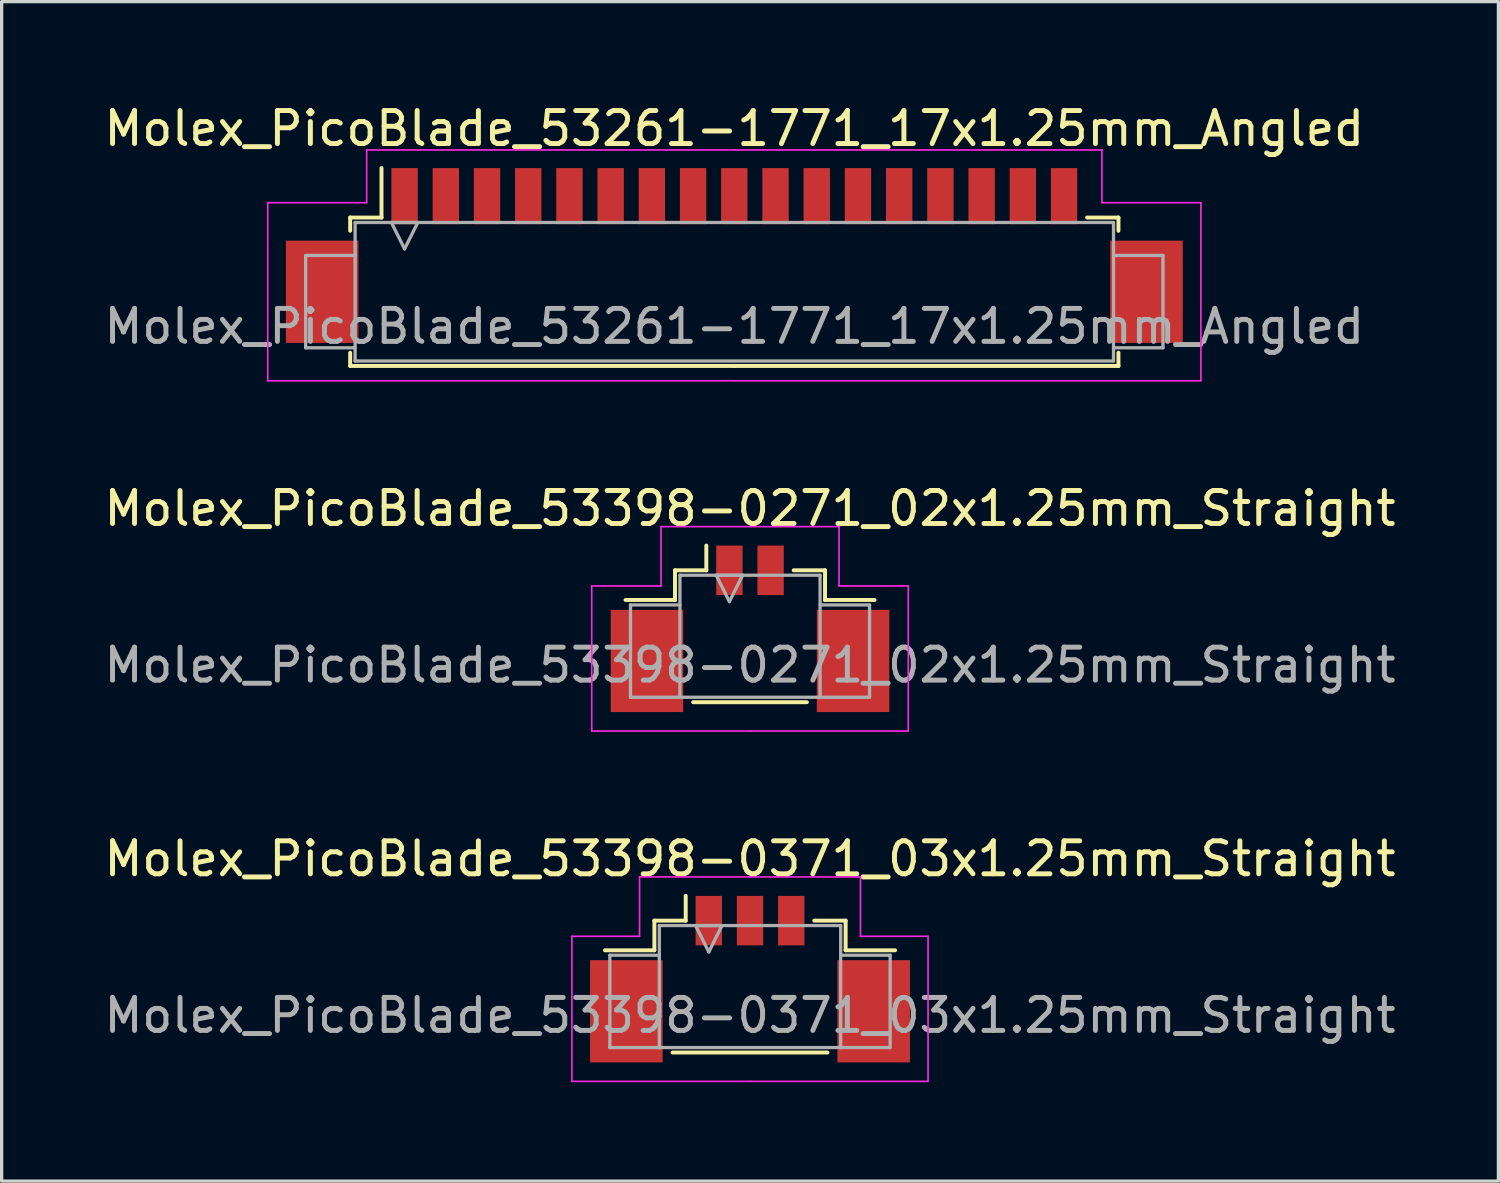
<source format=kicad_pcb>
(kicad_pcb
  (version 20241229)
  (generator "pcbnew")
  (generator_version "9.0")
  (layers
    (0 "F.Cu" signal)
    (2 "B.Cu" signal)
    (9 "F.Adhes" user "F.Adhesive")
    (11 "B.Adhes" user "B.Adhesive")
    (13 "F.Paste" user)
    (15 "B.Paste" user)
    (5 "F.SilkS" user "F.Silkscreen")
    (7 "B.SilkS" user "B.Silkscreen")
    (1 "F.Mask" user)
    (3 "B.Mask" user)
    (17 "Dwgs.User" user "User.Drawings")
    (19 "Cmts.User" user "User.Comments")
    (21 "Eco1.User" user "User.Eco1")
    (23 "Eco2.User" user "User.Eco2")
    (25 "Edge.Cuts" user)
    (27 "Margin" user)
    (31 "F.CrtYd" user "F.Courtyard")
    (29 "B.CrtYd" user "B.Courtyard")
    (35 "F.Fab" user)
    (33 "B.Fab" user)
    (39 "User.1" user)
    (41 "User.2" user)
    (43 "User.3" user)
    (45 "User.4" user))
  (footprint "Molex_PicoBlade_53398-0271_02x1.25mm_Straight"
    (layer "F.Cu")
    (at 19.696 15.621)
    (property "Reference" "Molex_PicoBlade_53398-0271_02x1.25mm_Straight" (at 0 -3.25 0) (layer "F.SilkS") (effects (font (size 1 1) (thickness 0.15))))
    (attr smd)
    (fp_line (start -2.275 -1.375) (end -2.275 -0.475) (stroke (width 0.12) (type solid)) (layer "F.SilkS"))
    (fp_line (start -2.275 -0.475) (end -3.775 -0.475) (stroke (width 0.12) (type solid)) (layer "F.SilkS"))
    (fp_line (start -1.725 2.625) (end 1.725 2.625) (stroke (width 0.12) (type solid)) (layer "F.SilkS"))
    (fp_line (start -1.325 -1.375) (end -2.275 -1.375) (stroke (width 0.12) (type solid)) (layer "F.SilkS"))
    (fp_line (start -1.325 -1.375) (end -1.325 -2.125) (stroke (width 0.12) (type solid)) (layer "F.SilkS"))
    (fp_line (start 1.325 -1.375) (end 2.275 -1.375) (stroke (width 0.12) (type solid)) (layer "F.SilkS"))
    (fp_line (start 2.275 -1.375) (end 2.275 -0.475) (stroke (width 0.12) (type solid)) (layer "F.SilkS"))
    (fp_line (start 2.275 -0.475) (end 3.775 -0.475) (stroke (width 0.12) (type solid)) (layer "F.SilkS"))
    (fp_line (start -4.8 -0.9) (end -4.8 3.5) (stroke (width 0.05) (type solid)) (layer "F.CrtYd"))
    (fp_line (start -4.8 3.5) (end 0 3.5) (stroke (width 0.05) (type solid)) (layer "F.CrtYd"))
    (fp_line (start -2.7 -2.7) (end -2.7 -0.9) (stroke (width 0.05) (type solid)) (layer "F.CrtYd"))
    (fp_line (start -2.7 -0.9) (end -4.8 -0.9) (stroke (width 0.05) (type solid)) (layer "F.CrtYd"))
    (fp_line (start 0 -2.7) (end -2.7 -2.7) (stroke (width 0.05) (type solid)) (layer "F.CrtYd"))
    (fp_line (start 0 -2.7) (end 2.7 -2.7) (stroke (width 0.05) (type solid)) (layer "F.CrtYd"))
    (fp_line (start 2.7 -2.7) (end 2.7 -0.9) (stroke (width 0.05) (type solid)) (layer "F.CrtYd"))
    (fp_line (start 2.7 -0.9) (end 4.8 -0.9) (stroke (width 0.05) (type solid)) (layer "F.CrtYd"))
    (fp_line (start 4.8 -0.9) (end 4.8 3.5) (stroke (width 0.05) (type solid)) (layer "F.CrtYd"))
    (fp_line (start 4.8 3.5) (end 0 3.5) (stroke (width 0.05) (type solid)) (layer "F.CrtYd"))
    (fp_line (start -3.625 -0.325) (end -2.125 -0.325) (stroke (width 0.1) (type solid)) (layer "F.Fab"))
    (fp_line (start -3.625 2.475) (end -3.625 -0.325) (stroke (width 0.1) (type solid)) (layer "F.Fab"))
    (fp_line (start -2.125 -1.225) (end -2.125 2.475) (stroke (width 0.1) (type solid)) (layer "F.Fab"))
    (fp_line (start -2.125 2.475) (end -3.625 2.475) (stroke (width 0.1) (type solid)) (layer "F.Fab"))
    (fp_line (start -2.125 2.475) (end 2.125 2.475) (stroke (width 0.1) (type solid)) (layer "F.Fab"))
    (fp_line (start -1.025 -1.225) (end -0.625 -0.425) (stroke (width 0.1) (type solid)) (layer "F.Fab"))
    (fp_line (start -0.625 -0.425) (end -0.225 -1.225) (stroke (width 0.1) (type solid)) (layer "F.Fab"))
    (fp_line (start -0.225 -1.225) (end -1.025 -1.225) (stroke (width 0.1) (type solid)) (layer "F.Fab"))
    (fp_line (start 2.125 -1.225) (end -2.125 -1.225) (stroke (width 0.1) (type solid)) (layer "F.Fab"))
    (fp_line (start 2.125 2.475) (end 2.125 -1.225) (stroke (width 0.1) (type solid)) (layer "F.Fab"))
    (fp_line (start 2.125 2.475) (end 3.625 2.475) (stroke (width 0.1) (type solid)) (layer "F.Fab"))
    (fp_line (start 3.625 -0.325) (end 2.125 -0.325) (stroke (width 0.1) (type solid)) (layer "F.Fab"))
    (fp_line (start 3.625 2.475) (end 3.625 -0.325) (stroke (width 0.1) (type solid)) (layer "F.Fab"))
    (fp_text user "${REFERENCE}" (at 0 1.5 0) (layer "F.Fab") (effects (font (size 1 1) (thickness 0.15))))
    (pad "" smd rect (at -3.125 1.375) (size 2.2 3.1) (layers "F.Cu" "F.Mask" "F.Paste"))
    (pad "" smd rect (at 3.125 1.375) (size 2.2 3.1) (layers "F.Cu" "F.Mask" "F.Paste"))
    (pad "1" smd rect (at -0.625 -1.375) (size 0.8 1.5) (layers "F.Cu" "F.Mask" "F.Paste"))
    (pad "2" smd rect (at 0.625 -1.375) (size 0.8 1.5) (layers "F.Cu" "F.Mask" "F.Paste")))
  (footprint "Molex_PicoBlade_53261-1771_17x1.25mm_Angled"
    (layer "F.Cu")
    (at 19.22 4.348)
    (property "Reference" "Molex_PicoBlade_53261-1771_17x1.25mm_Angled" (at 0 -3.5 0) (layer "F.SilkS") (effects (font (size 1 1) (thickness 0.15))))
    (attr smd)
    (fp_line (start -11.65 -0.8) (end -11.65 -0.4) (stroke (width 0.12) (type solid)) (layer "F.SilkS"))
    (fp_line (start -11.65 3.3) (end -11.65 3.7) (stroke (width 0.12) (type solid)) (layer "F.SilkS"))
    (fp_line (start -11.65 3.7) (end 0 3.7) (stroke (width 0.12) (type solid)) (layer "F.SilkS"))
    (fp_line (start -10.7 -0.8) (end -11.65 -0.8) (stroke (width 0.12) (type solid)) (layer "F.SilkS"))
    (fp_line (start -10.7 -0.8) (end -10.7 -2.3) (stroke (width 0.12) (type solid)) (layer "F.SilkS"))
    (fp_line (start 10.7 -0.8) (end 11.65 -0.8) (stroke (width 0.12) (type solid)) (layer "F.SilkS"))
    (fp_line (start 11.65 -0.8) (end 11.65 -0.4) (stroke (width 0.12) (type solid)) (layer "F.SilkS"))
    (fp_line (start 11.65 3.3) (end 11.65 3.7) (stroke (width 0.12) (type solid)) (layer "F.SilkS"))
    (fp_line (start 11.65 3.7) (end 0 3.7) (stroke (width 0.12) (type solid)) (layer "F.SilkS"))
    (fp_line (start -14.15 -1.25) (end -14.15 4.15) (stroke (width 0.05) (type solid)) (layer "F.CrtYd"))
    (fp_line (start -14.15 4.15) (end 0 4.15) (stroke (width 0.05) (type solid)) (layer "F.CrtYd"))
    (fp_line (start -11.15 -2.85) (end -11.15 -1.25) (stroke (width 0.05) (type solid)) (layer "F.CrtYd"))
    (fp_line (start -11.15 -1.25) (end -14.15 -1.25) (stroke (width 0.05) (type solid)) (layer "F.CrtYd"))
    (fp_line (start 0 -2.85) (end -11.15 -2.85) (stroke (width 0.05) (type solid)) (layer "F.CrtYd"))
    (fp_line (start 0 -2.85) (end 11.15 -2.85) (stroke (width 0.05) (type solid)) (layer "F.CrtYd"))
    (fp_line (start 11.15 -2.85) (end 11.15 -1.25) (stroke (width 0.05) (type solid)) (layer "F.CrtYd"))
    (fp_line (start 11.15 -1.25) (end 14.15 -1.25) (stroke (width 0.05) (type solid)) (layer "F.CrtYd"))
    (fp_line (start 14.15 -1.25) (end 14.15 4.15) (stroke (width 0.05) (type solid)) (layer "F.CrtYd"))
    (fp_line (start 14.15 4.15) (end 0 4.15) (stroke (width 0.05) (type solid)) (layer "F.CrtYd"))
    (fp_line (start -13 0.35) (end -13 3.15) (stroke (width 0.1) (type solid)) (layer "F.Fab"))
    (fp_line (start -13 3.15) (end -11.5 3.15) (stroke (width 0.1) (type solid)) (layer "F.Fab"))
    (fp_line (start -11.5 -0.65) (end 11.5 -0.65) (stroke (width 0.1) (type solid)) (layer "F.Fab"))
    (fp_line (start -11.5 0.35) (end -13 0.35) (stroke (width 0.1) (type solid)) (layer "F.Fab"))
    (fp_line (start -11.5 3.55) (end -11.5 -0.65) (stroke (width 0.1) (type solid)) (layer "F.Fab"))
    (fp_line (start -10.4 -0.65) (end -10 0.15) (stroke (width 0.1) (type solid)) (layer "F.Fab"))
    (fp_line (start -10 0.15) (end -9.6 -0.65) (stroke (width 0.1) (type solid)) (layer "F.Fab"))
    (fp_line (start -9.6 -0.65) (end -10.4 -0.65) (stroke (width 0.1) (type solid)) (layer "F.Fab"))
    (fp_line (start 11.5 -0.65) (end 11.5 3.55) (stroke (width 0.1) (type solid)) (layer "F.Fab"))
    (fp_line (start 11.5 0.35) (end 13 0.35) (stroke (width 0.1) (type solid)) (layer "F.Fab"))
    (fp_line (start 11.5 3.55) (end -11.5 3.55) (stroke (width 0.1) (type solid)) (layer "F.Fab"))
    (fp_line (start 13 0.35) (end 13 3.15) (stroke (width 0.1) (type solid)) (layer "F.Fab"))
    (fp_line (start 13 3.15) (end 11.5 3.15) (stroke (width 0.1) (type solid)) (layer "F.Fab"))
    (fp_text user "${REFERENCE}" (at 0 2.5 0) (layer "F.Fab") (effects (font (size 1 1) (thickness 0.15))))
    (pad "" smd rect (at -12.5 1.45) (size 2.2 3.1) (layers "F.Cu" "F.Mask" "F.Paste"))
    (pad "" smd rect (at 12.5 1.45) (size 2.2 3.1) (layers "F.Cu" "F.Mask" "F.Paste"))
    (pad "1" smd rect (at -10 -1.45) (size 0.8 1.7) (layers "F.Cu" "F.Mask" "F.Paste"))
    (pad "2" smd rect (at -8.75 -1.45) (size 0.8 1.7) (layers "F.Cu" "F.Mask" "F.Paste"))
    (pad "3" smd rect (at -7.5 -1.45) (size 0.8 1.7) (layers "F.Cu" "F.Mask" "F.Paste"))
    (pad "4" smd rect (at -6.25 -1.45) (size 0.8 1.7) (layers "F.Cu" "F.Mask" "F.Paste"))
    (pad "5" smd rect (at -5 -1.45) (size 0.8 1.7) (layers "F.Cu" "F.Mask" "F.Paste"))
    (pad "6" smd rect (at -3.75 -1.45) (size 0.8 1.7) (layers "F.Cu" "F.Mask" "F.Paste"))
    (pad "7" smd rect (at -2.5 -1.45) (size 0.8 1.7) (layers "F.Cu" "F.Mask" "F.Paste"))
    (pad "8" smd rect (at -1.25 -1.45) (size 0.8 1.7) (layers "F.Cu" "F.Mask" "F.Paste"))
    (pad "9" smd rect (at 0 -1.45) (size 0.8 1.7) (layers "F.Cu" "F.Mask" "F.Paste"))
    (pad "10" smd rect (at 1.25 -1.45) (size 0.8 1.7) (layers "F.Cu" "F.Mask" "F.Paste"))
    (pad "11" smd rect (at 2.5 -1.45) (size 0.8 1.7) (layers "F.Cu" "F.Mask" "F.Paste"))
    (pad "12" smd rect (at 3.75 -1.45) (size 0.8 1.7) (layers "F.Cu" "F.Mask" "F.Paste"))
    (pad "13" smd rect (at 5 -1.45) (size 0.8 1.7) (layers "F.Cu" "F.Mask" "F.Paste"))
    (pad "14" smd rect (at 6.25 -1.45) (size 0.8 1.7) (layers "F.Cu" "F.Mask" "F.Paste"))
    (pad "15" smd rect (at 7.5 -1.45) (size 0.8 1.7) (layers "F.Cu" "F.Mask" "F.Paste"))
    (pad "16" smd rect (at 8.75 -1.45) (size 0.8 1.7) (layers "F.Cu" "F.Mask" "F.Paste"))
    (pad "17" smd rect (at 10 -1.45) (size 0.8 1.7) (layers "F.Cu" "F.Mask" "F.Paste")))
  (footprint "Molex_PicoBlade_53398-0371_03x1.25mm_Straight"
    (layer "F.Cu")
    (at 19.696 26.245)
    (property "Reference" "Molex_PicoBlade_53398-0371_03x1.25mm_Straight" (at 0 -3.25 0) (layer "F.SilkS") (effects (font (size 1 1) (thickness 0.15))))
    (attr smd)
    (fp_line (start -2.9 -1.375) (end -2.9 -0.475) (stroke (width 0.12) (type solid)) (layer "F.SilkS"))
    (fp_line (start -2.9 -0.475) (end -4.4 -0.475) (stroke (width 0.12) (type solid)) (layer "F.SilkS"))
    (fp_line (start -2.35 2.625) (end 2.35 2.625) (stroke (width 0.12) (type solid)) (layer "F.SilkS"))
    (fp_line (start -1.95 -1.375) (end -2.9 -1.375) (stroke (width 0.12) (type solid)) (layer "F.SilkS"))
    (fp_line (start -1.95 -1.375) (end -1.95 -2.125) (stroke (width 0.12) (type solid)) (layer "F.SilkS"))
    (fp_line (start 1.95 -1.375) (end 2.9 -1.375) (stroke (width 0.12) (type solid)) (layer "F.SilkS"))
    (fp_line (start 2.9 -1.375) (end 2.9 -0.475) (stroke (width 0.12) (type solid)) (layer "F.SilkS"))
    (fp_line (start 2.9 -0.475) (end 4.4 -0.475) (stroke (width 0.12) (type solid)) (layer "F.SilkS"))
    (fp_line (start -5.4 -0.9) (end -5.4 3.5) (stroke (width 0.05) (type solid)) (layer "F.CrtYd"))
    (fp_line (start -5.4 3.5) (end 0 3.5) (stroke (width 0.05) (type solid)) (layer "F.CrtYd"))
    (fp_line (start -3.35 -2.7) (end -3.35 -0.9) (stroke (width 0.05) (type solid)) (layer "F.CrtYd"))
    (fp_line (start -3.35 -0.9) (end -5.4 -0.9) (stroke (width 0.05) (type solid)) (layer "F.CrtYd"))
    (fp_line (start 0 -2.7) (end -3.35 -2.7) (stroke (width 0.05) (type solid)) (layer "F.CrtYd"))
    (fp_line (start 0 -2.7) (end 3.35 -2.7) (stroke (width 0.05) (type solid)) (layer "F.CrtYd"))
    (fp_line (start 3.35 -2.7) (end 3.35 -0.9) (stroke (width 0.05) (type solid)) (layer "F.CrtYd"))
    (fp_line (start 3.35 -0.9) (end 5.4 -0.9) (stroke (width 0.05) (type solid)) (layer "F.CrtYd"))
    (fp_line (start 5.4 -0.9) (end 5.4 3.5) (stroke (width 0.05) (type solid)) (layer "F.CrtYd"))
    (fp_line (start 5.4 3.5) (end 0 3.5) (stroke (width 0.05) (type solid)) (layer "F.CrtYd"))
    (fp_line (start -4.25 -0.325) (end -2.75 -0.325) (stroke (width 0.1) (type solid)) (layer "F.Fab"))
    (fp_line (start -4.25 2.475) (end -4.25 -0.325) (stroke (width 0.1) (type solid)) (layer "F.Fab"))
    (fp_line (start -2.75 -1.225) (end -2.75 2.475) (stroke (width 0.1) (type solid)) (layer "F.Fab"))
    (fp_line (start -2.75 2.475) (end -4.25 2.475) (stroke (width 0.1) (type solid)) (layer "F.Fab"))
    (fp_line (start -2.75 2.475) (end 2.75 2.475) (stroke (width 0.1) (type solid)) (layer "F.Fab"))
    (fp_line (start -1.65 -1.225) (end -1.25 -0.425) (stroke (width 0.1) (type solid)) (layer "F.Fab"))
    (fp_line (start -1.25 -0.425) (end -0.85 -1.225) (stroke (width 0.1) (type solid)) (layer "F.Fab"))
    (fp_line (start -0.85 -1.225) (end -1.65 -1.225) (stroke (width 0.1) (type solid)) (layer "F.Fab"))
    (fp_line (start 2.75 -1.225) (end -2.75 -1.225) (stroke (width 0.1) (type solid)) (layer "F.Fab"))
    (fp_line (start 2.75 2.475) (end 2.75 -1.225) (stroke (width 0.1) (type solid)) (layer "F.Fab"))
    (fp_line (start 2.75 2.475) (end 4.25 2.475) (stroke (width 0.1) (type solid)) (layer "F.Fab"))
    (fp_line (start 4.25 -0.325) (end 2.75 -0.325) (stroke (width 0.1) (type solid)) (layer "F.Fab"))
    (fp_line (start 4.25 2.475) (end 4.25 -0.325) (stroke (width 0.1) (type solid)) (layer "F.Fab"))
    (fp_text user "${REFERENCE}" (at 0 1.5 0) (layer "F.Fab") (effects (font (size 1 1) (thickness 0.15))))
    (pad "" smd rect (at -3.75 1.375) (size 2.2 3.1) (layers "F.Cu" "F.Mask" "F.Paste"))
    (pad "" smd rect (at 3.75 1.375) (size 2.2 3.1) (layers "F.Cu" "F.Mask" "F.Paste"))
    (pad "1" smd rect (at -1.25 -1.375) (size 0.8 1.5) (layers "F.Cu" "F.Mask" "F.Paste"))
    (pad "2" smd rect (at 0 -1.375) (size 0.8 1.5) (layers "F.Cu" "F.Mask" "F.Paste"))
    (pad "3" smd rect (at 1.25 -1.375) (size 0.8 1.5) (layers "F.Cu" "F.Mask" "F.Paste")))
  (gr_rect
    (start -3 -3)
    (end 42.393 32.77)
    (stroke (width 0.1) (type default))
    (fill no)
    (layer "Edge.Cuts")))
</source>
